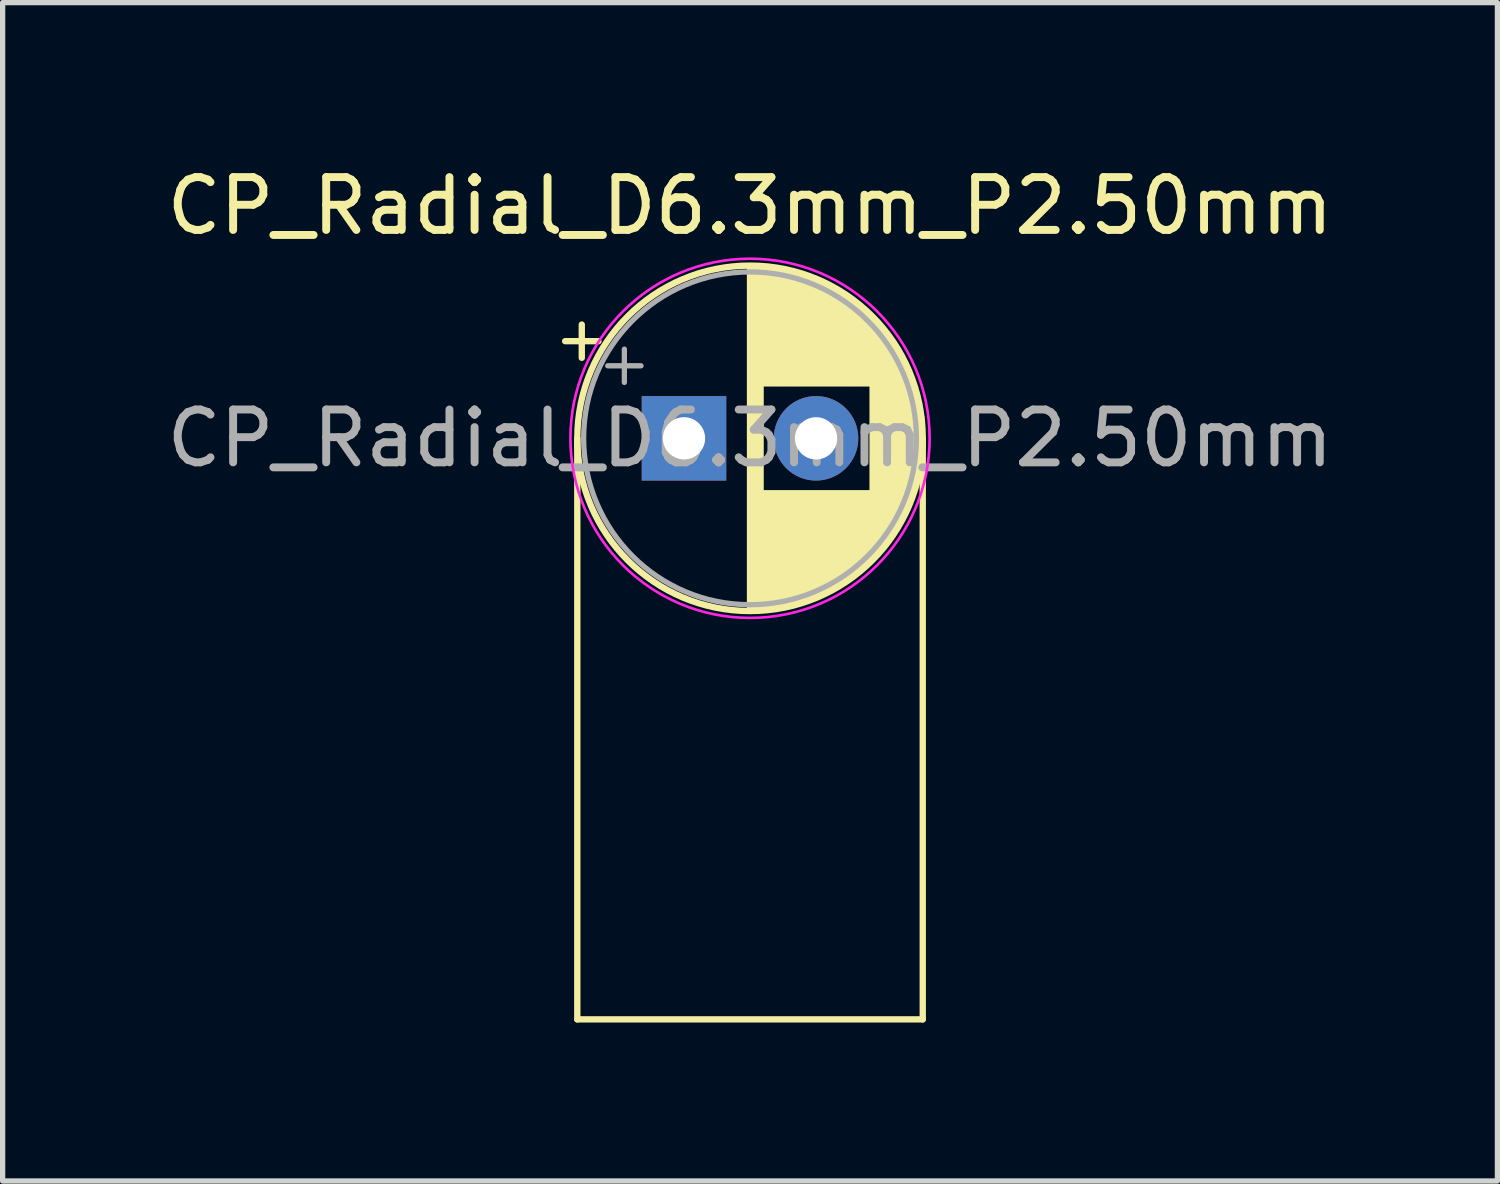
<source format=kicad_pcb>
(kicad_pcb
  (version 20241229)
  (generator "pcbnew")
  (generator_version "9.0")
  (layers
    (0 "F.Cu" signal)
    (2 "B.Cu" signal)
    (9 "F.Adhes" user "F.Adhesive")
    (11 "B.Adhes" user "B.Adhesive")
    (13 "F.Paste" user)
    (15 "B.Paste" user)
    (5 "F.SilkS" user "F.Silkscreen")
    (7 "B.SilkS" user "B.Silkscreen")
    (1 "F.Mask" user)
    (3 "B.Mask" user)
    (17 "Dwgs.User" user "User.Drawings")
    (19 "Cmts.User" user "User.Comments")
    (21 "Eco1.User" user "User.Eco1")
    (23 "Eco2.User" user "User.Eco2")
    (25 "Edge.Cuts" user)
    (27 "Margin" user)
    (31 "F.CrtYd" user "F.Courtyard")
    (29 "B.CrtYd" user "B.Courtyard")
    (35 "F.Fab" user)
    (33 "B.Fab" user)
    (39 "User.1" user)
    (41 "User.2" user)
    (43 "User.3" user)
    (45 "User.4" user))
  (footprint "CP_Radial_D6.3mm_P2.50mm"
    (layer "F.Cu")
    (at 9.899 5.248)
    (property "Reference" "CP_Radial_D6.3mm_P2.50mm" (at 1.25 -4.4 0) (layer "F.SilkS") (effects (font (size 1 1) (thickness 0.15))))
    (attr through_hole)
    (fp_line (start -2.25 -1.839) (end -1.62 -1.839) (stroke (width 0.12) (type solid)) (layer "F.SilkS"))
    (fp_line (start -2.02 0) (end -2.02 11) (stroke (width 0.12) (type solid)) (layer "F.SilkS"))
    (fp_line (start -2.02 11) (end 4.52 11) (stroke (width 0.12) (type solid)) (layer "F.SilkS"))
    (fp_line (start -1.935 -2.154) (end -1.935 -1.524) (stroke (width 0.12) (type solid)) (layer "F.SilkS"))
    (fp_line (start 1.25 -3.23) (end 1.25 3.23) (stroke (width 0.12) (type solid)) (layer "F.SilkS"))
    (fp_line (start 1.29 -3.23) (end 1.29 3.23) (stroke (width 0.12) (type solid)) (layer "F.SilkS"))
    (fp_line (start 1.33 -3.23) (end 1.33 3.23) (stroke (width 0.12) (type solid)) (layer "F.SilkS"))
    (fp_line (start 1.37 -3.228) (end 1.37 3.228) (stroke (width 0.12) (type solid)) (layer "F.SilkS"))
    (fp_line (start 1.41 -3.227) (end 1.41 3.227) (stroke (width 0.12) (type solid)) (layer "F.SilkS"))
    (fp_line (start 1.45 -3.224) (end 1.45 3.224) (stroke (width 0.12) (type solid)) (layer "F.SilkS"))
    (fp_line (start 1.49 -3.222) (end 1.49 -1.04) (stroke (width 0.12) (type solid)) (layer "F.SilkS"))
    (fp_line (start 1.49 1.04) (end 1.49 3.222) (stroke (width 0.12) (type solid)) (layer "F.SilkS"))
    (fp_line (start 1.53 -3.218) (end 1.53 -1.04) (stroke (width 0.12) (type solid)) (layer "F.SilkS"))
    (fp_line (start 1.53 1.04) (end 1.53 3.218) (stroke (width 0.12) (type solid)) (layer "F.SilkS"))
    (fp_line (start 1.57 -3.215) (end 1.57 -1.04) (stroke (width 0.12) (type solid)) (layer "F.SilkS"))
    (fp_line (start 1.57 1.04) (end 1.57 3.215) (stroke (width 0.12) (type solid)) (layer "F.SilkS"))
    (fp_line (start 1.61 -3.211) (end 1.61 -1.04) (stroke (width 0.12) (type solid)) (layer "F.SilkS"))
    (fp_line (start 1.61 1.04) (end 1.61 3.211) (stroke (width 0.12) (type solid)) (layer "F.SilkS"))
    (fp_line (start 1.65 -3.206) (end 1.65 -1.04) (stroke (width 0.12) (type solid)) (layer "F.SilkS"))
    (fp_line (start 1.65 1.04) (end 1.65 3.206) (stroke (width 0.12) (type solid)) (layer "F.SilkS"))
    (fp_line (start 1.69 -3.201) (end 1.69 -1.04) (stroke (width 0.12) (type solid)) (layer "F.SilkS"))
    (fp_line (start 1.69 1.04) (end 1.69 3.201) (stroke (width 0.12) (type solid)) (layer "F.SilkS"))
    (fp_line (start 1.73 -3.195) (end 1.73 -1.04) (stroke (width 0.12) (type solid)) (layer "F.SilkS"))
    (fp_line (start 1.73 1.04) (end 1.73 3.195) (stroke (width 0.12) (type solid)) (layer "F.SilkS"))
    (fp_line (start 1.77 -3.189) (end 1.77 -1.04) (stroke (width 0.12) (type solid)) (layer "F.SilkS"))
    (fp_line (start 1.77 1.04) (end 1.77 3.189) (stroke (width 0.12) (type solid)) (layer "F.SilkS"))
    (fp_line (start 1.81 -3.182) (end 1.81 -1.04) (stroke (width 0.12) (type solid)) (layer "F.SilkS"))
    (fp_line (start 1.81 1.04) (end 1.81 3.182) (stroke (width 0.12) (type solid)) (layer "F.SilkS"))
    (fp_line (start 1.85 -3.175) (end 1.85 -1.04) (stroke (width 0.12) (type solid)) (layer "F.SilkS"))
    (fp_line (start 1.85 1.04) (end 1.85 3.175) (stroke (width 0.12) (type solid)) (layer "F.SilkS"))
    (fp_line (start 1.89 -3.167) (end 1.89 -1.04) (stroke (width 0.12) (type solid)) (layer "F.SilkS"))
    (fp_line (start 1.89 1.04) (end 1.89 3.167) (stroke (width 0.12) (type solid)) (layer "F.SilkS"))
    (fp_line (start 1.93 -3.159) (end 1.93 -1.04) (stroke (width 0.12) (type solid)) (layer "F.SilkS"))
    (fp_line (start 1.93 1.04) (end 1.93 3.159) (stroke (width 0.12) (type solid)) (layer "F.SilkS"))
    (fp_line (start 1.971 -3.15) (end 1.971 -1.04) (stroke (width 0.12) (type solid)) (layer "F.SilkS"))
    (fp_line (start 1.971 1.04) (end 1.971 3.15) (stroke (width 0.12) (type solid)) (layer "F.SilkS"))
    (fp_line (start 2.011 -3.141) (end 2.011 -1.04) (stroke (width 0.12) (type solid)) (layer "F.SilkS"))
    (fp_line (start 2.011 1.04) (end 2.011 3.141) (stroke (width 0.12) (type solid)) (layer "F.SilkS"))
    (fp_line (start 2.051 -3.131) (end 2.051 -1.04) (stroke (width 0.12) (type solid)) (layer "F.SilkS"))
    (fp_line (start 2.051 1.04) (end 2.051 3.131) (stroke (width 0.12) (type solid)) (layer "F.SilkS"))
    (fp_line (start 2.091 -3.121) (end 2.091 -1.04) (stroke (width 0.12) (type solid)) (layer "F.SilkS"))
    (fp_line (start 2.091 1.04) (end 2.091 3.121) (stroke (width 0.12) (type solid)) (layer "F.SilkS"))
    (fp_line (start 2.131 -3.11) (end 2.131 -1.04) (stroke (width 0.12) (type solid)) (layer "F.SilkS"))
    (fp_line (start 2.131 1.04) (end 2.131 3.11) (stroke (width 0.12) (type solid)) (layer "F.SilkS"))
    (fp_line (start 2.171 -3.098) (end 2.171 -1.04) (stroke (width 0.12) (type solid)) (layer "F.SilkS"))
    (fp_line (start 2.171 1.04) (end 2.171 3.098) (stroke (width 0.12) (type solid)) (layer "F.SilkS"))
    (fp_line (start 2.211 -3.086) (end 2.211 -1.04) (stroke (width 0.12) (type solid)) (layer "F.SilkS"))
    (fp_line (start 2.211 1.04) (end 2.211 3.086) (stroke (width 0.12) (type solid)) (layer "F.SilkS"))
    (fp_line (start 2.251 -3.074) (end 2.251 -1.04) (stroke (width 0.12) (type solid)) (layer "F.SilkS"))
    (fp_line (start 2.251 1.04) (end 2.251 3.074) (stroke (width 0.12) (type solid)) (layer "F.SilkS"))
    (fp_line (start 2.291 -3.061) (end 2.291 -1.04) (stroke (width 0.12) (type solid)) (layer "F.SilkS"))
    (fp_line (start 2.291 1.04) (end 2.291 3.061) (stroke (width 0.12) (type solid)) (layer "F.SilkS"))
    (fp_line (start 2.331 -3.047) (end 2.331 -1.04) (stroke (width 0.12) (type solid)) (layer "F.SilkS"))
    (fp_line (start 2.331 1.04) (end 2.331 3.047) (stroke (width 0.12) (type solid)) (layer "F.SilkS"))
    (fp_line (start 2.371 -3.033) (end 2.371 -1.04) (stroke (width 0.12) (type solid)) (layer "F.SilkS"))
    (fp_line (start 2.371 1.04) (end 2.371 3.033) (stroke (width 0.12) (type solid)) (layer "F.SilkS"))
    (fp_line (start 2.411 -3.018) (end 2.411 -1.04) (stroke (width 0.12) (type solid)) (layer "F.SilkS"))
    (fp_line (start 2.411 1.04) (end 2.411 3.018) (stroke (width 0.12) (type solid)) (layer "F.SilkS"))
    (fp_line (start 2.451 -3.002) (end 2.451 -1.04) (stroke (width 0.12) (type solid)) (layer "F.SilkS"))
    (fp_line (start 2.451 1.04) (end 2.451 3.002) (stroke (width 0.12) (type solid)) (layer "F.SilkS"))
    (fp_line (start 2.491 -2.986) (end 2.491 -1.04) (stroke (width 0.12) (type solid)) (layer "F.SilkS"))
    (fp_line (start 2.491 1.04) (end 2.491 2.986) (stroke (width 0.12) (type solid)) (layer "F.SilkS"))
    (fp_line (start 2.531 -2.97) (end 2.531 -1.04) (stroke (width 0.12) (type solid)) (layer "F.SilkS"))
    (fp_line (start 2.531 1.04) (end 2.531 2.97) (stroke (width 0.12) (type solid)) (layer "F.SilkS"))
    (fp_line (start 2.571 -2.952) (end 2.571 -1.04) (stroke (width 0.12) (type solid)) (layer "F.SilkS"))
    (fp_line (start 2.571 1.04) (end 2.571 2.952) (stroke (width 0.12) (type solid)) (layer "F.SilkS"))
    (fp_line (start 2.611 -2.934) (end 2.611 -1.04) (stroke (width 0.12) (type solid)) (layer "F.SilkS"))
    (fp_line (start 2.611 1.04) (end 2.611 2.934) (stroke (width 0.12) (type solid)) (layer "F.SilkS"))
    (fp_line (start 2.651 -2.916) (end 2.651 -1.04) (stroke (width 0.12) (type solid)) (layer "F.SilkS"))
    (fp_line (start 2.651 1.04) (end 2.651 2.916) (stroke (width 0.12) (type solid)) (layer "F.SilkS"))
    (fp_line (start 2.691 -2.896) (end 2.691 -1.04) (stroke (width 0.12) (type solid)) (layer "F.SilkS"))
    (fp_line (start 2.691 1.04) (end 2.691 2.896) (stroke (width 0.12) (type solid)) (layer "F.SilkS"))
    (fp_line (start 2.731 -2.876) (end 2.731 -1.04) (stroke (width 0.12) (type solid)) (layer "F.SilkS"))
    (fp_line (start 2.731 1.04) (end 2.731 2.876) (stroke (width 0.12) (type solid)) (layer "F.SilkS"))
    (fp_line (start 2.771 -2.856) (end 2.771 -1.04) (stroke (width 0.12) (type solid)) (layer "F.SilkS"))
    (fp_line (start 2.771 1.04) (end 2.771 2.856) (stroke (width 0.12) (type solid)) (layer "F.SilkS"))
    (fp_line (start 2.811 -2.834) (end 2.811 -1.04) (stroke (width 0.12) (type solid)) (layer "F.SilkS"))
    (fp_line (start 2.811 1.04) (end 2.811 2.834) (stroke (width 0.12) (type solid)) (layer "F.SilkS"))
    (fp_line (start 2.851 -2.812) (end 2.851 -1.04) (stroke (width 0.12) (type solid)) (layer "F.SilkS"))
    (fp_line (start 2.851 1.04) (end 2.851 2.812) (stroke (width 0.12) (type solid)) (layer "F.SilkS"))
    (fp_line (start 2.891 -2.79) (end 2.891 -1.04) (stroke (width 0.12) (type solid)) (layer "F.SilkS"))
    (fp_line (start 2.891 1.04) (end 2.891 2.79) (stroke (width 0.12) (type solid)) (layer "F.SilkS"))
    (fp_line (start 2.931 -2.766) (end 2.931 -1.04) (stroke (width 0.12) (type solid)) (layer "F.SilkS"))
    (fp_line (start 2.931 1.04) (end 2.931 2.766) (stroke (width 0.12) (type solid)) (layer "F.SilkS"))
    (fp_line (start 2.971 -2.742) (end 2.971 -1.04) (stroke (width 0.12) (type solid)) (layer "F.SilkS"))
    (fp_line (start 2.971 1.04) (end 2.971 2.742) (stroke (width 0.12) (type solid)) (layer "F.SilkS"))
    (fp_line (start 3.011 -2.716) (end 3.011 -1.04) (stroke (width 0.12) (type solid)) (layer "F.SilkS"))
    (fp_line (start 3.011 1.04) (end 3.011 2.716) (stroke (width 0.12) (type solid)) (layer "F.SilkS"))
    (fp_line (start 3.051 -2.69) (end 3.051 -1.04) (stroke (width 0.12) (type solid)) (layer "F.SilkS"))
    (fp_line (start 3.051 1.04) (end 3.051 2.69) (stroke (width 0.12) (type solid)) (layer "F.SilkS"))
    (fp_line (start 3.091 -2.664) (end 3.091 -1.04) (stroke (width 0.12) (type solid)) (layer "F.SilkS"))
    (fp_line (start 3.091 1.04) (end 3.091 2.664) (stroke (width 0.12) (type solid)) (layer "F.SilkS"))
    (fp_line (start 3.131 -2.636) (end 3.131 -1.04) (stroke (width 0.12) (type solid)) (layer "F.SilkS"))
    (fp_line (start 3.131 1.04) (end 3.131 2.636) (stroke (width 0.12) (type solid)) (layer "F.SilkS"))
    (fp_line (start 3.171 -2.607) (end 3.171 -1.04) (stroke (width 0.12) (type solid)) (layer "F.SilkS"))
    (fp_line (start 3.171 1.04) (end 3.171 2.607) (stroke (width 0.12) (type solid)) (layer "F.SilkS"))
    (fp_line (start 3.211 -2.578) (end 3.211 -1.04) (stroke (width 0.12) (type solid)) (layer "F.SilkS"))
    (fp_line (start 3.211 1.04) (end 3.211 2.578) (stroke (width 0.12) (type solid)) (layer "F.SilkS"))
    (fp_line (start 3.251 -2.548) (end 3.251 -1.04) (stroke (width 0.12) (type solid)) (layer "F.SilkS"))
    (fp_line (start 3.251 1.04) (end 3.251 2.548) (stroke (width 0.12) (type solid)) (layer "F.SilkS"))
    (fp_line (start 3.291 -2.516) (end 3.291 -1.04) (stroke (width 0.12) (type solid)) (layer "F.SilkS"))
    (fp_line (start 3.291 1.04) (end 3.291 2.516) (stroke (width 0.12) (type solid)) (layer "F.SilkS"))
    (fp_line (start 3.331 -2.484) (end 3.331 -1.04) (stroke (width 0.12) (type solid)) (layer "F.SilkS"))
    (fp_line (start 3.331 1.04) (end 3.331 2.484) (stroke (width 0.12) (type solid)) (layer "F.SilkS"))
    (fp_line (start 3.371 -2.45) (end 3.371 -1.04) (stroke (width 0.12) (type solid)) (layer "F.SilkS"))
    (fp_line (start 3.371 1.04) (end 3.371 2.45) (stroke (width 0.12) (type solid)) (layer "F.SilkS"))
    (fp_line (start 3.411 -2.416) (end 3.411 -1.04) (stroke (width 0.12) (type solid)) (layer "F.SilkS"))
    (fp_line (start 3.411 1.04) (end 3.411 2.416) (stroke (width 0.12) (type solid)) (layer "F.SilkS"))
    (fp_line (start 3.451 -2.38) (end 3.451 -1.04) (stroke (width 0.12) (type solid)) (layer "F.SilkS"))
    (fp_line (start 3.451 1.04) (end 3.451 2.38) (stroke (width 0.12) (type solid)) (layer "F.SilkS"))
    (fp_line (start 3.491 -2.343) (end 3.491 -1.04) (stroke (width 0.12) (type solid)) (layer "F.SilkS"))
    (fp_line (start 3.491 1.04) (end 3.491 2.343) (stroke (width 0.12) (type solid)) (layer "F.SilkS"))
    (fp_line (start 3.531 -2.305) (end 3.531 -1.04) (stroke (width 0.12) (type solid)) (layer "F.SilkS"))
    (fp_line (start 3.531 1.04) (end 3.531 2.305) (stroke (width 0.12) (type solid)) (layer "F.SilkS"))
    (fp_line (start 3.571 -2.265) (end 3.571 2.265) (stroke (width 0.12) (type solid)) (layer "F.SilkS"))
    (fp_line (start 3.611 -2.224) (end 3.611 2.224) (stroke (width 0.12) (type solid)) (layer "F.SilkS"))
    (fp_line (start 3.651 -2.182) (end 3.651 2.182) (stroke (width 0.12) (type solid)) (layer "F.SilkS"))
    (fp_line (start 3.691 -2.137) (end 3.691 2.137) (stroke (width 0.12) (type solid)) (layer "F.SilkS"))
    (fp_line (start 3.731 -2.092) (end 3.731 2.092) (stroke (width 0.12) (type solid)) (layer "F.SilkS"))
    (fp_line (start 3.771 -2.044) (end 3.771 2.044) (stroke (width 0.12) (type solid)) (layer "F.SilkS"))
    (fp_line (start 3.811 -1.995) (end 3.811 1.995) (stroke (width 0.12) (type solid)) (layer "F.SilkS"))
    (fp_line (start 3.851 -1.944) (end 3.851 1.944) (stroke (width 0.12) (type solid)) (layer "F.SilkS"))
    (fp_line (start 3.891 -1.89) (end 3.891 1.89) (stroke (width 0.12) (type solid)) (layer "F.SilkS"))
    (fp_line (start 3.931 -1.834) (end 3.931 1.834) (stroke (width 0.12) (type solid)) (layer "F.SilkS"))
    (fp_line (start 3.971 -1.776) (end 3.971 1.776) (stroke (width 0.12) (type solid)) (layer "F.SilkS"))
    (fp_line (start 4.011 -1.714) (end 4.011 1.714) (stroke (width 0.12) (type solid)) (layer "F.SilkS"))
    (fp_line (start 4.051 -1.65) (end 4.051 1.65) (stroke (width 0.12) (type solid)) (layer "F.SilkS"))
    (fp_line (start 4.091 -1.581) (end 4.091 1.581) (stroke (width 0.12) (type solid)) (layer "F.SilkS"))
    (fp_line (start 4.131 -1.509) (end 4.131 1.509) (stroke (width 0.12) (type solid)) (layer "F.SilkS"))
    (fp_line (start 4.171 -1.432) (end 4.171 1.432) (stroke (width 0.12) (type solid)) (layer "F.SilkS"))
    (fp_line (start 4.211 -1.35) (end 4.211 1.35) (stroke (width 0.12) (type solid)) (layer "F.SilkS"))
    (fp_line (start 4.251 -1.262) (end 4.251 1.262) (stroke (width 0.12) (type solid)) (layer "F.SilkS"))
    (fp_line (start 4.291 -1.165) (end 4.291 1.165) (stroke (width 0.12) (type solid)) (layer "F.SilkS"))
    (fp_line (start 4.331 -1.059) (end 4.331 1.059) (stroke (width 0.12) (type solid)) (layer "F.SilkS"))
    (fp_line (start 4.371 -0.94) (end 4.371 0.94) (stroke (width 0.12) (type solid)) (layer "F.SilkS"))
    (fp_line (start 4.411 -0.802) (end 4.411 0.802) (stroke (width 0.12) (type solid)) (layer "F.SilkS"))
    (fp_line (start 4.451 -0.633) (end 4.451 0.633) (stroke (width 0.12) (type solid)) (layer "F.SilkS"))
    (fp_line (start 4.491 -0.402) (end 4.491 0.402) (stroke (width 0.12) (type solid)) (layer "F.SilkS"))
    (fp_line (start 4.52 0) (end 4.52 11) (stroke (width 0.12) (type solid)) (layer "F.SilkS"))
    (fp_circle (center 1.25 0) (end 4.52 0) (stroke (width 0.12) (type solid)) (fill no) (layer "F.SilkS"))
    (fp_circle (center 1.25 0) (end 4.65 0) (stroke (width 0.05) (type solid)) (fill no) (layer "F.CrtYd"))
    (fp_line (start -1.444 -1.373) (end -0.814 -1.373) (stroke (width 0.1) (type solid)) (layer "F.Fab"))
    (fp_line (start -1.129 -1.688) (end -1.129 -1.058) (stroke (width 0.1) (type solid)) (layer "F.Fab"))
    (fp_circle (center 1.25 0) (end 4.4 0) (stroke (width 0.1) (type solid)) (fill no) (layer "F.Fab"))
    (fp_text user "${REFERENCE}" (at 1.25 0 0) (layer "F.Fab") (effects (font (size 1 1) (thickness 0.15))))
    (pad "1" thru_hole rect (at 0 0) (size 1.6 1.6) (drill 0.8) (layers "*.Cu" "*.Mask"))
    (pad "2" thru_hole circle (at 2.5 0) (size 1.6 1.6) (drill 0.8) (layers "*.Cu" "*.Mask")))
  (gr_rect
    (start -3 -3)
    (end 25.298 19.308)
    (stroke (width 0.1) (type default))
    (fill no)
    (layer "Edge.Cuts")))
</source>
